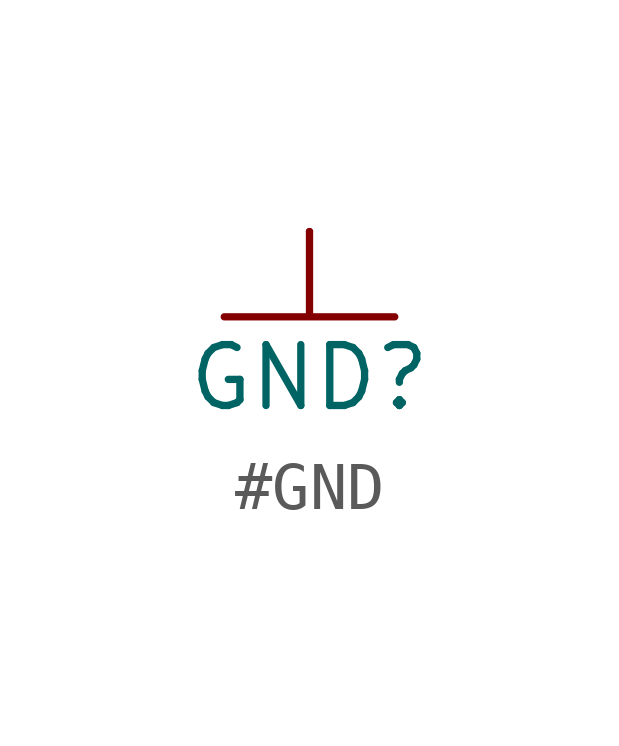
<source format=kicad_sym>
(kicad_symbol_lib
  (version 20241209)
  (generator "kicad_symbol_editor")
  (generator_version "9.0")
  (symbol "#GND"
    (property "Reference" "GND"
      (at 0 0.762 0)
      (effects (font (size 1.27 1.27))))
    (property "Value" ""
      (at 0 0 0)
      (effects (font (size 1.27 1.27))))
    (symbol "#GND_1_1"
      (polyline (pts (xy 0 3.81) (xy 0 2.032) (xy 1.778 2.032) (xy 0 2.032) (xy -1.778 2.032) (xy 0 2.032)) (stroke (width 0) (type solid)) (fill (type none)))
      (pin power_in line (at 0 3.81 270) (length 0) (name "~" (effects (font (size 1.27 1.27)))) (number "" (effects (font (size 1.27 1.27))))))))
</source>
